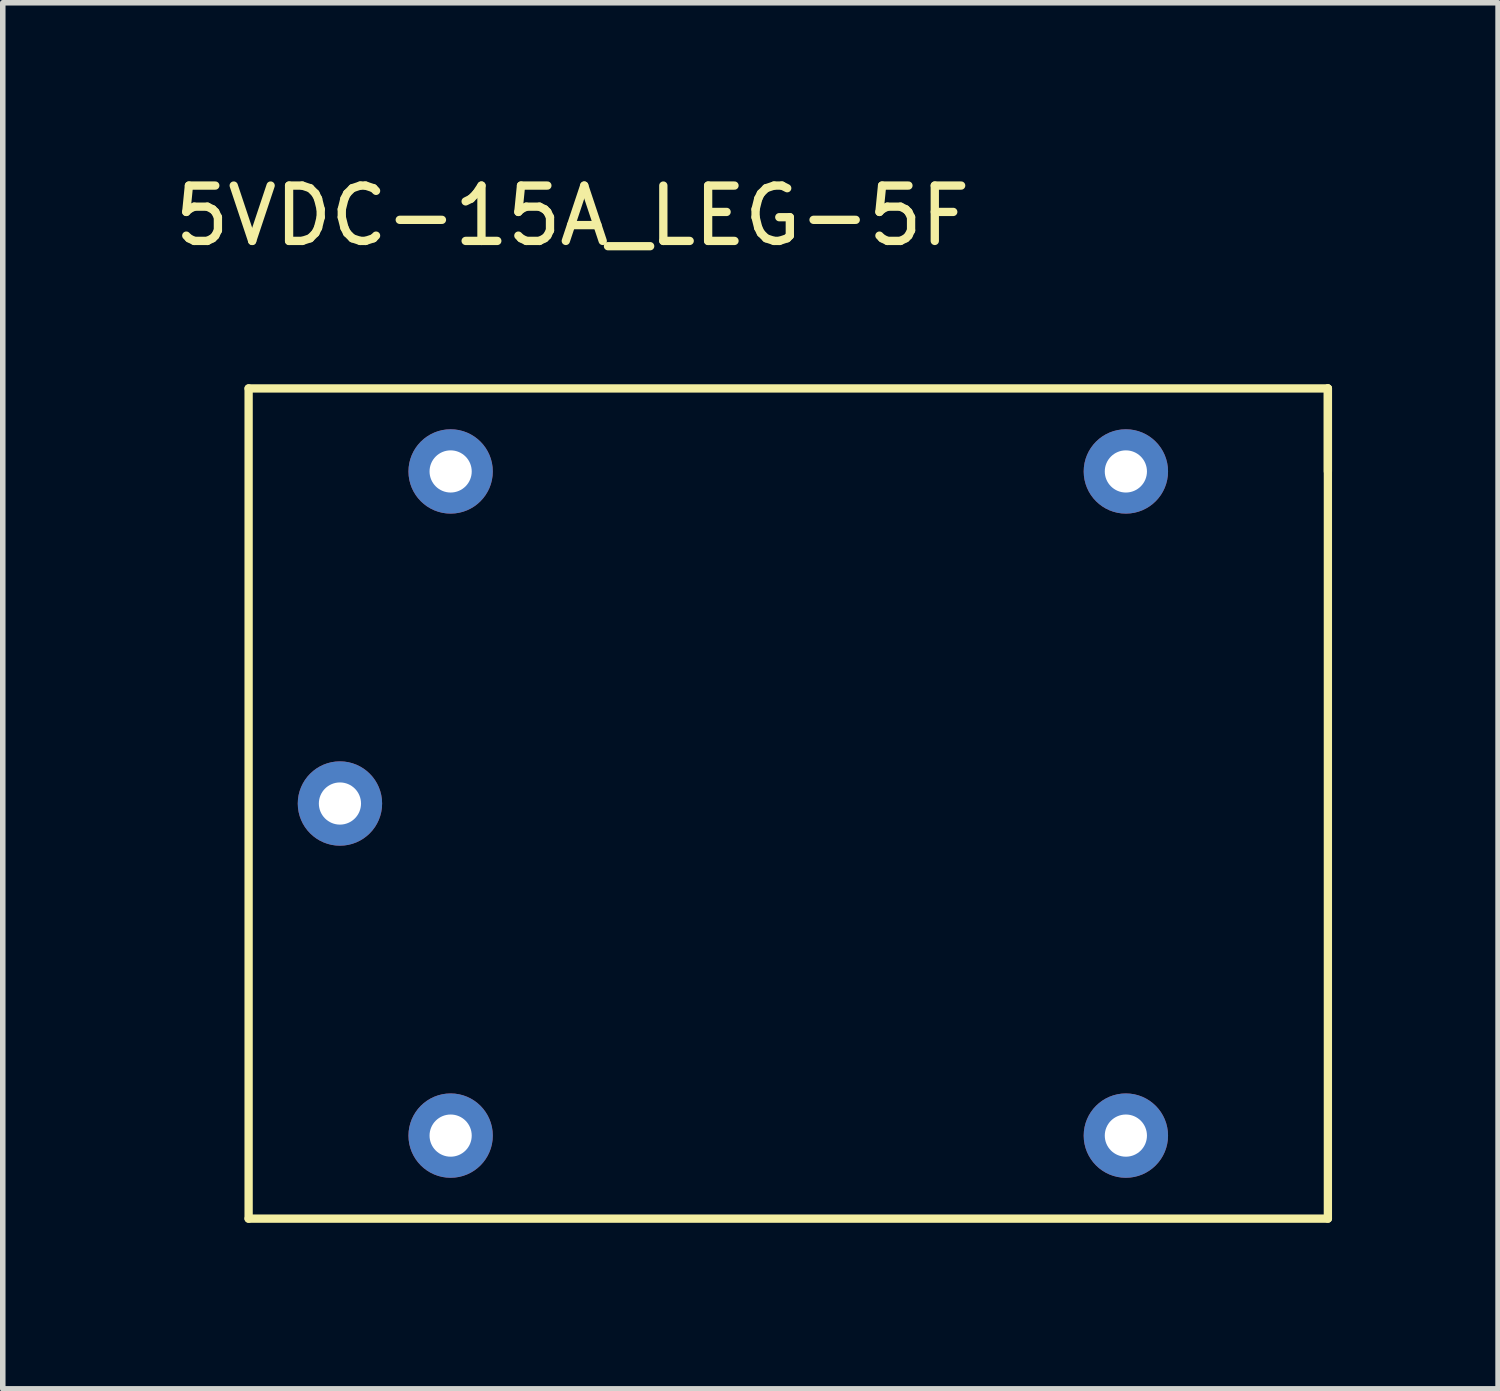
<source format=kicad_pcb>
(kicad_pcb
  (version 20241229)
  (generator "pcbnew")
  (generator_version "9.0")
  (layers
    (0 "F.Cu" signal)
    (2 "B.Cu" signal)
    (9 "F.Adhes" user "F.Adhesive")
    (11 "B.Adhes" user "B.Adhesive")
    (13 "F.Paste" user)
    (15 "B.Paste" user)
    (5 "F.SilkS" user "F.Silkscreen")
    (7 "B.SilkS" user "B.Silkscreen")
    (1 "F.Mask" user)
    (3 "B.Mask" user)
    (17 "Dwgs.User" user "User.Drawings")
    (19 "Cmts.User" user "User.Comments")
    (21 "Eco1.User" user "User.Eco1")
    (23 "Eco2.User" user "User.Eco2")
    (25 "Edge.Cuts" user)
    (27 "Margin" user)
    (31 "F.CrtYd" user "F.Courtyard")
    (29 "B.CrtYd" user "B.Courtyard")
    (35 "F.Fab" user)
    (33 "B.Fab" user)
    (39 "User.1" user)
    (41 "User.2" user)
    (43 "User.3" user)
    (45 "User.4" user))
  (footprint "5VDC-15A_LEG-5F"
    (layer "F.Cu")
    (at 7.292 8.468)
    (property "Reference" "5VDC-15A_LEG-5F" (at 0 -7.62 0) (layer "F.SilkS") (effects (font (size 1 1) (thickness 0.15))))
    (attr through_hole)
    (fp_line (start -5.85 -4.5) (end 13.65 -4.5) (stroke (width 0.15) (type solid)) (layer "F.SilkS"))
    (fp_line (start -5.85 10.5) (end -5.85 -4.5) (stroke (width 0.15) (type solid)) (layer "F.SilkS"))
    (fp_line (start 13.65 -4.5) (end 13.65 10.5) (stroke (width 0.15) (type solid)) (layer "F.SilkS"))
    (fp_line (start 13.65 -3) (end 13.65 -4.5) (stroke (width 0.15) (type solid)) (layer "F.SilkS"))
    (fp_line (start 13.65 10.5) (end -5.85 10.5) (stroke (width 0.15) (type solid)) (layer "F.SilkS"))
    (pad "1" thru_hole circle (at -2.2 -3) (size 1.524 1.524) (drill 0.762) (layers "*.Cu" "*.Mask"))
    (pad "2" thru_hole circle (at 10 -3) (size 1.524 1.524) (drill 0.762) (layers "*.Cu" "*.Mask"))
    (pad "3" thru_hole circle (at 10 9) (size 1.524 1.524) (drill 0.762) (layers "*.Cu" "*.Mask"))
    (pad "4" thru_hole circle (at -2.2 9) (size 1.524 1.524) (drill 0.762) (layers "*.Cu" "*.Mask"))
    (pad "5" thru_hole circle (at -4.2 3) (size 1.524 1.524) (drill 0.762) (layers "*.Cu" "*.Mask")))
  (gr_rect
    (start -3 -3)
    (end 24.017 22.043)
    (stroke (width 0.1) (type default))
    (fill no)
    (layer "Edge.Cuts")))
</source>
